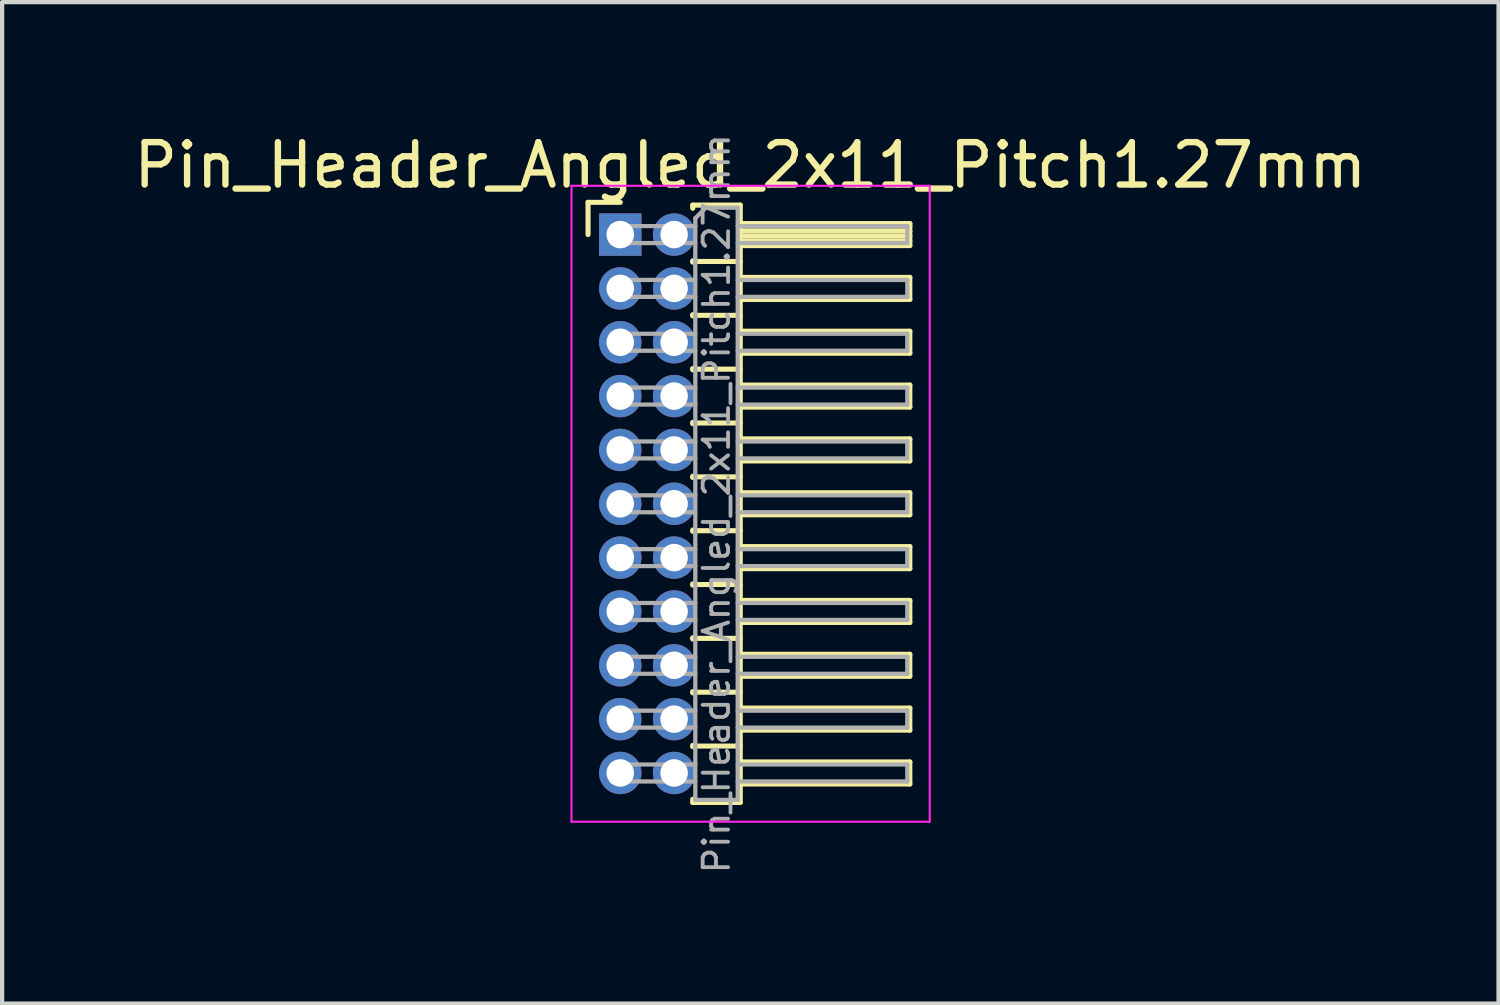
<source format=kicad_pcb>
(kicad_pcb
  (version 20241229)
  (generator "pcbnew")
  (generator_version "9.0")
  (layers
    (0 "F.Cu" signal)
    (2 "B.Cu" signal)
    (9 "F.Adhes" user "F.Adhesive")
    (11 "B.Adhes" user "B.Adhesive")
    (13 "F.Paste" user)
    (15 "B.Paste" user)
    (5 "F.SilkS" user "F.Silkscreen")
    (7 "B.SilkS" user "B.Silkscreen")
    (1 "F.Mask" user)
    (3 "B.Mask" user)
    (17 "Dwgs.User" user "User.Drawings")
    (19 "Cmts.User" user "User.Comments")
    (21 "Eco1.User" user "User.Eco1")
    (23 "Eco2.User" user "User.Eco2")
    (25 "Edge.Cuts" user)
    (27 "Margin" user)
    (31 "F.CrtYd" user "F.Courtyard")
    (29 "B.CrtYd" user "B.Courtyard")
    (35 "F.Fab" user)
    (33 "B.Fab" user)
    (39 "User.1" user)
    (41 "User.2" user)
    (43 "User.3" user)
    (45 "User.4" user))
  (footprint "Pin_Header_Angled_2x11_Pitch1.27mm"
    (layer "F.Cu")
    (at 11.581 2.483)
    (property "Reference" "Pin_Header_Angled_2x11_Pitch1.27mm" (at 3.067 -1.635 0) (layer "F.SilkS") (effects (font (size 1 1) (thickness 0.15))))
    (attr through_hole)
    (fp_line (start -0.76 -0.76) (end 0 -0.76) (stroke (width 0.12) (type solid)) (layer "F.SilkS"))
    (fp_line (start -0.76 0) (end -0.76 -0.76) (stroke (width 0.12) (type solid)) (layer "F.SilkS"))
    (fp_line (start 1.71 -0.695) (end 2.83 -0.695) (stroke (width 0.12) (type solid)) (layer "F.SilkS"))
    (fp_line (start 1.71 -0.62) (end 1.71 -0.695) (stroke (width 0.12) (type solid)) (layer "F.SilkS"))
    (fp_line (start 1.71 0.62) (end 1.71 0.65) (stroke (width 0.12) (type solid)) (layer "F.SilkS"))
    (fp_line (start 1.71 0.635) (end 2.83 0.635) (stroke (width 0.12) (type solid)) (layer "F.SilkS"))
    (fp_line (start 1.71 1.89) (end 1.71 1.92) (stroke (width 0.12) (type solid)) (layer "F.SilkS"))
    (fp_line (start 1.71 1.905) (end 2.83 1.905) (stroke (width 0.12) (type solid)) (layer "F.SilkS"))
    (fp_line (start 1.71 3.16) (end 1.71 3.19) (stroke (width 0.12) (type solid)) (layer "F.SilkS"))
    (fp_line (start 1.71 3.175) (end 2.83 3.175) (stroke (width 0.12) (type solid)) (layer "F.SilkS"))
    (fp_line (start 1.71 4.43) (end 1.71 4.46) (stroke (width 0.12) (type solid)) (layer "F.SilkS"))
    (fp_line (start 1.71 4.445) (end 2.83 4.445) (stroke (width 0.12) (type solid)) (layer "F.SilkS"))
    (fp_line (start 1.71 5.7) (end 1.71 5.73) (stroke (width 0.12) (type solid)) (layer "F.SilkS"))
    (fp_line (start 1.71 5.715) (end 2.83 5.715) (stroke (width 0.12) (type solid)) (layer "F.SilkS"))
    (fp_line (start 1.71 6.97) (end 1.71 7) (stroke (width 0.12) (type solid)) (layer "F.SilkS"))
    (fp_line (start 1.71 6.985) (end 2.83 6.985) (stroke (width 0.12) (type solid)) (layer "F.SilkS"))
    (fp_line (start 1.71 8.24) (end 1.71 8.27) (stroke (width 0.12) (type solid)) (layer "F.SilkS"))
    (fp_line (start 1.71 8.255) (end 2.83 8.255) (stroke (width 0.12) (type solid)) (layer "F.SilkS"))
    (fp_line (start 1.71 9.51) (end 1.71 9.54) (stroke (width 0.12) (type solid)) (layer "F.SilkS"))
    (fp_line (start 1.71 9.525) (end 2.83 9.525) (stroke (width 0.12) (type solid)) (layer "F.SilkS"))
    (fp_line (start 1.71 10.78) (end 1.71 10.81) (stroke (width 0.12) (type solid)) (layer "F.SilkS"))
    (fp_line (start 1.71 10.795) (end 2.83 10.795) (stroke (width 0.12) (type solid)) (layer "F.SilkS"))
    (fp_line (start 1.71 12.05) (end 1.71 12.08) (stroke (width 0.12) (type solid)) (layer "F.SilkS"))
    (fp_line (start 1.71 12.065) (end 2.83 12.065) (stroke (width 0.12) (type solid)) (layer "F.SilkS"))
    (fp_line (start 1.71 13.395) (end 1.71 13.32) (stroke (width 0.12) (type solid)) (layer "F.SilkS"))
    (fp_line (start 2.83 -0.695) (end 2.83 13.395) (stroke (width 0.12) (type solid)) (layer "F.SilkS"))
    (fp_line (start 2.83 -0.26) (end 6.83 -0.26) (stroke (width 0.12) (type solid)) (layer "F.SilkS"))
    (fp_line (start 2.83 -0.2) (end 6.83 -0.2) (stroke (width 0.12) (type solid)) (layer "F.SilkS"))
    (fp_line (start 2.83 -0.08) (end 6.83 -0.08) (stroke (width 0.12) (type solid)) (layer "F.SilkS"))
    (fp_line (start 2.83 0.04) (end 6.83 0.04) (stroke (width 0.12) (type solid)) (layer "F.SilkS"))
    (fp_line (start 2.83 0.16) (end 6.83 0.16) (stroke (width 0.12) (type solid)) (layer "F.SilkS"))
    (fp_line (start 2.83 1.01) (end 6.83 1.01) (stroke (width 0.12) (type solid)) (layer "F.SilkS"))
    (fp_line (start 2.83 2.28) (end 6.83 2.28) (stroke (width 0.12) (type solid)) (layer "F.SilkS"))
    (fp_line (start 2.83 3.55) (end 6.83 3.55) (stroke (width 0.12) (type solid)) (layer "F.SilkS"))
    (fp_line (start 2.83 4.82) (end 6.83 4.82) (stroke (width 0.12) (type solid)) (layer "F.SilkS"))
    (fp_line (start 2.83 6.09) (end 6.83 6.09) (stroke (width 0.12) (type solid)) (layer "F.SilkS"))
    (fp_line (start 2.83 7.36) (end 6.83 7.36) (stroke (width 0.12) (type solid)) (layer "F.SilkS"))
    (fp_line (start 2.83 8.63) (end 6.83 8.63) (stroke (width 0.12) (type solid)) (layer "F.SilkS"))
    (fp_line (start 2.83 9.9) (end 6.83 9.9) (stroke (width 0.12) (type solid)) (layer "F.SilkS"))
    (fp_line (start 2.83 11.17) (end 6.83 11.17) (stroke (width 0.12) (type solid)) (layer "F.SilkS"))
    (fp_line (start 2.83 12.44) (end 6.83 12.44) (stroke (width 0.12) (type solid)) (layer "F.SilkS"))
    (fp_line (start 2.83 13.395) (end 1.71 13.395) (stroke (width 0.12) (type solid)) (layer "F.SilkS"))
    (fp_line (start 6.83 -0.26) (end 6.83 0.26) (stroke (width 0.12) (type solid)) (layer "F.SilkS"))
    (fp_line (start 6.83 0.26) (end 2.83 0.26) (stroke (width 0.12) (type solid)) (layer "F.SilkS"))
    (fp_line (start 6.83 1.01) (end 6.83 1.53) (stroke (width 0.12) (type solid)) (layer "F.SilkS"))
    (fp_line (start 6.83 1.53) (end 2.83 1.53) (stroke (width 0.12) (type solid)) (layer "F.SilkS"))
    (fp_line (start 6.83 2.28) (end 6.83 2.8) (stroke (width 0.12) (type solid)) (layer "F.SilkS"))
    (fp_line (start 6.83 2.8) (end 2.83 2.8) (stroke (width 0.12) (type solid)) (layer "F.SilkS"))
    (fp_line (start 6.83 3.55) (end 6.83 4.07) (stroke (width 0.12) (type solid)) (layer "F.SilkS"))
    (fp_line (start 6.83 4.07) (end 2.83 4.07) (stroke (width 0.12) (type solid)) (layer "F.SilkS"))
    (fp_line (start 6.83 4.82) (end 6.83 5.34) (stroke (width 0.12) (type solid)) (layer "F.SilkS"))
    (fp_line (start 6.83 5.34) (end 2.83 5.34) (stroke (width 0.12) (type solid)) (layer "F.SilkS"))
    (fp_line (start 6.83 6.09) (end 6.83 6.61) (stroke (width 0.12) (type solid)) (layer "F.SilkS"))
    (fp_line (start 6.83 6.61) (end 2.83 6.61) (stroke (width 0.12) (type solid)) (layer "F.SilkS"))
    (fp_line (start 6.83 7.36) (end 6.83 7.88) (stroke (width 0.12) (type solid)) (layer "F.SilkS"))
    (fp_line (start 6.83 7.88) (end 2.83 7.88) (stroke (width 0.12) (type solid)) (layer "F.SilkS"))
    (fp_line (start 6.83 8.63) (end 6.83 9.15) (stroke (width 0.12) (type solid)) (layer "F.SilkS"))
    (fp_line (start 6.83 9.15) (end 2.83 9.15) (stroke (width 0.12) (type solid)) (layer "F.SilkS"))
    (fp_line (start 6.83 9.9) (end 6.83 10.42) (stroke (width 0.12) (type solid)) (layer "F.SilkS"))
    (fp_line (start 6.83 10.42) (end 2.83 10.42) (stroke (width 0.12) (type solid)) (layer "F.SilkS"))
    (fp_line (start 6.83 11.17) (end 6.83 11.69) (stroke (width 0.12) (type solid)) (layer "F.SilkS"))
    (fp_line (start 6.83 11.69) (end 2.83 11.69) (stroke (width 0.12) (type solid)) (layer "F.SilkS"))
    (fp_line (start 6.83 12.44) (end 6.83 12.96) (stroke (width 0.12) (type solid)) (layer "F.SilkS"))
    (fp_line (start 6.83 12.96) (end 2.83 12.96) (stroke (width 0.12) (type solid)) (layer "F.SilkS"))
    (fp_line (start -1.15 -1.15) (end -1.15 13.85) (stroke (width 0.05) (type solid)) (layer "F.CrtYd"))
    (fp_line (start -1.15 13.85) (end 7.3 13.85) (stroke (width 0.05) (type solid)) (layer "F.CrtYd"))
    (fp_line (start 7.3 -1.15) (end -1.15 -1.15) (stroke (width 0.05) (type solid)) (layer "F.CrtYd"))
    (fp_line (start 7.3 13.85) (end 7.3 -1.15) (stroke (width 0.05) (type solid)) (layer "F.CrtYd"))
    (fp_line (start -0.2 -0.2) (end -0.2 0.2) (stroke (width 0.1) (type solid)) (layer "F.Fab"))
    (fp_line (start -0.2 -0.2) (end 1.77 -0.2) (stroke (width 0.1) (type solid)) (layer "F.Fab"))
    (fp_line (start -0.2 0.2) (end 1.77 0.2) (stroke (width 0.1) (type solid)) (layer "F.Fab"))
    (fp_line (start -0.2 1.07) (end -0.2 1.47) (stroke (width 0.1) (type solid)) (layer "F.Fab"))
    (fp_line (start -0.2 1.07) (end 1.77 1.07) (stroke (width 0.1) (type solid)) (layer "F.Fab"))
    (fp_line (start -0.2 1.47) (end 1.77 1.47) (stroke (width 0.1) (type solid)) (layer "F.Fab"))
    (fp_line (start -0.2 2.34) (end -0.2 2.74) (stroke (width 0.1) (type solid)) (layer "F.Fab"))
    (fp_line (start -0.2 2.34) (end 1.77 2.34) (stroke (width 0.1) (type solid)) (layer "F.Fab"))
    (fp_line (start -0.2 2.74) (end 1.77 2.74) (stroke (width 0.1) (type solid)) (layer "F.Fab"))
    (fp_line (start -0.2 3.61) (end -0.2 4.01) (stroke (width 0.1) (type solid)) (layer "F.Fab"))
    (fp_line (start -0.2 3.61) (end 1.77 3.61) (stroke (width 0.1) (type solid)) (layer "F.Fab"))
    (fp_line (start -0.2 4.01) (end 1.77 4.01) (stroke (width 0.1) (type solid)) (layer "F.Fab"))
    (fp_line (start -0.2 4.88) (end -0.2 5.28) (stroke (width 0.1) (type solid)) (layer "F.Fab"))
    (fp_line (start -0.2 4.88) (end 1.77 4.88) (stroke (width 0.1) (type solid)) (layer "F.Fab"))
    (fp_line (start -0.2 5.28) (end 1.77 5.28) (stroke (width 0.1) (type solid)) (layer "F.Fab"))
    (fp_line (start -0.2 6.15) (end -0.2 6.55) (stroke (width 0.1) (type solid)) (layer "F.Fab"))
    (fp_line (start -0.2 6.15) (end 1.77 6.15) (stroke (width 0.1) (type solid)) (layer "F.Fab"))
    (fp_line (start -0.2 6.55) (end 1.77 6.55) (stroke (width 0.1) (type solid)) (layer "F.Fab"))
    (fp_line (start -0.2 7.42) (end -0.2 7.82) (stroke (width 0.1) (type solid)) (layer "F.Fab"))
    (fp_line (start -0.2 7.42) (end 1.77 7.42) (stroke (width 0.1) (type solid)) (layer "F.Fab"))
    (fp_line (start -0.2 7.82) (end 1.77 7.82) (stroke (width 0.1) (type solid)) (layer "F.Fab"))
    (fp_line (start -0.2 8.69) (end -0.2 9.09) (stroke (width 0.1) (type solid)) (layer "F.Fab"))
    (fp_line (start -0.2 8.69) (end 1.77 8.69) (stroke (width 0.1) (type solid)) (layer "F.Fab"))
    (fp_line (start -0.2 9.09) (end 1.77 9.09) (stroke (width 0.1) (type solid)) (layer "F.Fab"))
    (fp_line (start -0.2 9.96) (end -0.2 10.36) (stroke (width 0.1) (type solid)) (layer "F.Fab"))
    (fp_line (start -0.2 9.96) (end 1.77 9.96) (stroke (width 0.1) (type solid)) (layer "F.Fab"))
    (fp_line (start -0.2 10.36) (end 1.77 10.36) (stroke (width 0.1) (type solid)) (layer "F.Fab"))
    (fp_line (start -0.2 11.23) (end -0.2 11.63) (stroke (width 0.1) (type solid)) (layer "F.Fab"))
    (fp_line (start -0.2 11.23) (end 1.77 11.23) (stroke (width 0.1) (type solid)) (layer "F.Fab"))
    (fp_line (start -0.2 11.63) (end 1.77 11.63) (stroke (width 0.1) (type solid)) (layer "F.Fab"))
    (fp_line (start -0.2 12.5) (end -0.2 12.9) (stroke (width 0.1) (type solid)) (layer "F.Fab"))
    (fp_line (start -0.2 12.5) (end 1.77 12.5) (stroke (width 0.1) (type solid)) (layer "F.Fab"))
    (fp_line (start -0.2 12.9) (end 1.77 12.9) (stroke (width 0.1) (type solid)) (layer "F.Fab"))
    (fp_line (start 1.77 -0.385) (end 2.02 -0.635) (stroke (width 0.1) (type solid)) (layer "F.Fab"))
    (fp_line (start 1.77 13.335) (end 1.77 -0.385) (stroke (width 0.1) (type solid)) (layer "F.Fab"))
    (fp_line (start 2.02 -0.635) (end 2.77 -0.635) (stroke (width 0.1) (type solid)) (layer "F.Fab"))
    (fp_line (start 2.77 -0.635) (end 2.77 13.335) (stroke (width 0.1) (type solid)) (layer "F.Fab"))
    (fp_line (start 2.77 -0.2) (end 6.77 -0.2) (stroke (width 0.1) (type solid)) (layer "F.Fab"))
    (fp_line (start 2.77 0.2) (end 6.77 0.2) (stroke (width 0.1) (type solid)) (layer "F.Fab"))
    (fp_line (start 2.77 1.07) (end 6.77 1.07) (stroke (width 0.1) (type solid)) (layer "F.Fab"))
    (fp_line (start 2.77 1.47) (end 6.77 1.47) (stroke (width 0.1) (type solid)) (layer "F.Fab"))
    (fp_line (start 2.77 2.34) (end 6.77 2.34) (stroke (width 0.1) (type solid)) (layer "F.Fab"))
    (fp_line (start 2.77 2.74) (end 6.77 2.74) (stroke (width 0.1) (type solid)) (layer "F.Fab"))
    (fp_line (start 2.77 3.61) (end 6.77 3.61) (stroke (width 0.1) (type solid)) (layer "F.Fab"))
    (fp_line (start 2.77 4.01) (end 6.77 4.01) (stroke (width 0.1) (type solid)) (layer "F.Fab"))
    (fp_line (start 2.77 4.88) (end 6.77 4.88) (stroke (width 0.1) (type solid)) (layer "F.Fab"))
    (fp_line (start 2.77 5.28) (end 6.77 5.28) (stroke (width 0.1) (type solid)) (layer "F.Fab"))
    (fp_line (start 2.77 6.15) (end 6.77 6.15) (stroke (width 0.1) (type solid)) (layer "F.Fab"))
    (fp_line (start 2.77 6.55) (end 6.77 6.55) (stroke (width 0.1) (type solid)) (layer "F.Fab"))
    (fp_line (start 2.77 7.42) (end 6.77 7.42) (stroke (width 0.1) (type solid)) (layer "F.Fab"))
    (fp_line (start 2.77 7.82) (end 6.77 7.82) (stroke (width 0.1) (type solid)) (layer "F.Fab"))
    (fp_line (start 2.77 8.69) (end 6.77 8.69) (stroke (width 0.1) (type solid)) (layer "F.Fab"))
    (fp_line (start 2.77 9.09) (end 6.77 9.09) (stroke (width 0.1) (type solid)) (layer "F.Fab"))
    (fp_line (start 2.77 9.96) (end 6.77 9.96) (stroke (width 0.1) (type solid)) (layer "F.Fab"))
    (fp_line (start 2.77 10.36) (end 6.77 10.36) (stroke (width 0.1) (type solid)) (layer "F.Fab"))
    (fp_line (start 2.77 11.23) (end 6.77 11.23) (stroke (width 0.1) (type solid)) (layer "F.Fab"))
    (fp_line (start 2.77 11.63) (end 6.77 11.63) (stroke (width 0.1) (type solid)) (layer "F.Fab"))
    (fp_line (start 2.77 12.5) (end 6.77 12.5) (stroke (width 0.1) (type solid)) (layer "F.Fab"))
    (fp_line (start 2.77 12.9) (end 6.77 12.9) (stroke (width 0.1) (type solid)) (layer "F.Fab"))
    (fp_line (start 2.77 13.335) (end 1.77 13.335) (stroke (width 0.1) (type solid)) (layer "F.Fab"))
    (fp_line (start 6.77 -0.2) (end 6.77 0.2) (stroke (width 0.1) (type solid)) (layer "F.Fab"))
    (fp_line (start 6.77 1.07) (end 6.77 1.47) (stroke (width 0.1) (type solid)) (layer "F.Fab"))
    (fp_line (start 6.77 2.34) (end 6.77 2.74) (stroke (width 0.1) (type solid)) (layer "F.Fab"))
    (fp_line (start 6.77 3.61) (end 6.77 4.01) (stroke (width 0.1) (type solid)) (layer "F.Fab"))
    (fp_line (start 6.77 4.88) (end 6.77 5.28) (stroke (width 0.1) (type solid)) (layer "F.Fab"))
    (fp_line (start 6.77 6.15) (end 6.77 6.55) (stroke (width 0.1) (type solid)) (layer "F.Fab"))
    (fp_line (start 6.77 7.42) (end 6.77 7.82) (stroke (width 0.1) (type solid)) (layer "F.Fab"))
    (fp_line (start 6.77 8.69) (end 6.77 9.09) (stroke (width 0.1) (type solid)) (layer "F.Fab"))
    (fp_line (start 6.77 9.96) (end 6.77 10.36) (stroke (width 0.1) (type solid)) (layer "F.Fab"))
    (fp_line (start 6.77 11.23) (end 6.77 11.63) (stroke (width 0.1) (type solid)) (layer "F.Fab"))
    (fp_line (start 6.77 12.5) (end 6.77 12.9) (stroke (width 0.1) (type solid)) (layer "F.Fab"))
    (fp_text user "${REFERENCE}" (at 2.27 6.35 90) (layer "F.Fab") (effects (font (size 0.6 0.6) (thickness 0.09))))
    (pad "1" thru_hole rect (at 0 0) (size 1 1) (drill 0.65) (layers "*.Cu" "*.Mask"))
    (pad "2" thru_hole oval (at 1.27 0) (size 1 1) (drill 0.65) (layers "*.Cu" "*.Mask"))
    (pad "3" thru_hole oval (at 0 1.27) (size 1 1) (drill 0.65) (layers "*.Cu" "*.Mask"))
    (pad "4" thru_hole oval (at 1.27 1.27) (size 1 1) (drill 0.65) (layers "*.Cu" "*.Mask"))
    (pad "5" thru_hole oval (at 0 2.54) (size 1 1) (drill 0.65) (layers "*.Cu" "*.Mask"))
    (pad "6" thru_hole oval (at 1.27 2.54) (size 1 1) (drill 0.65) (layers "*.Cu" "*.Mask"))
    (pad "7" thru_hole oval (at 0 3.81) (size 1 1) (drill 0.65) (layers "*.Cu" "*.Mask"))
    (pad "8" thru_hole oval (at 1.27 3.81) (size 1 1) (drill 0.65) (layers "*.Cu" "*.Mask"))
    (pad "9" thru_hole oval (at 0 5.08) (size 1 1) (drill 0.65) (layers "*.Cu" "*.Mask"))
    (pad "10" thru_hole oval (at 1.27 5.08) (size 1 1) (drill 0.65) (layers "*.Cu" "*.Mask"))
    (pad "11" thru_hole oval (at 0 6.35) (size 1 1) (drill 0.65) (layers "*.Cu" "*.Mask"))
    (pad "12" thru_hole oval (at 1.27 6.35) (size 1 1) (drill 0.65) (layers "*.Cu" "*.Mask"))
    (pad "13" thru_hole oval (at 0 7.62) (size 1 1) (drill 0.65) (layers "*.Cu" "*.Mask"))
    (pad "14" thru_hole oval (at 1.27 7.62) (size 1 1) (drill 0.65) (layers "*.Cu" "*.Mask"))
    (pad "15" thru_hole oval (at 0 8.89) (size 1 1) (drill 0.65) (layers "*.Cu" "*.Mask"))
    (pad "16" thru_hole oval (at 1.27 8.89) (size 1 1) (drill 0.65) (layers "*.Cu" "*.Mask"))
    (pad "17" thru_hole oval (at 0 10.16) (size 1 1) (drill 0.65) (layers "*.Cu" "*.Mask"))
    (pad "18" thru_hole oval (at 1.27 10.16) (size 1 1) (drill 0.65) (layers "*.Cu" "*.Mask"))
    (pad "19" thru_hole oval (at 0 11.43) (size 1 1) (drill 0.65) (layers "*.Cu" "*.Mask"))
    (pad "20" thru_hole oval (at 1.27 11.43) (size 1 1) (drill 0.65) (layers "*.Cu" "*.Mask"))
    (pad "21" thru_hole oval (at 0 12.7) (size 1 1) (drill 0.65) (layers "*.Cu" "*.Mask"))
    (pad "22" thru_hole oval (at 1.27 12.7) (size 1 1) (drill 0.65) (layers "*.Cu" "*.Mask")))
  (gr_rect
    (start -3 -3)
    (end 32.298 20.623)
    (stroke (width 0.1) (type default))
    (fill no)
    (layer "Edge.Cuts")))
</source>
